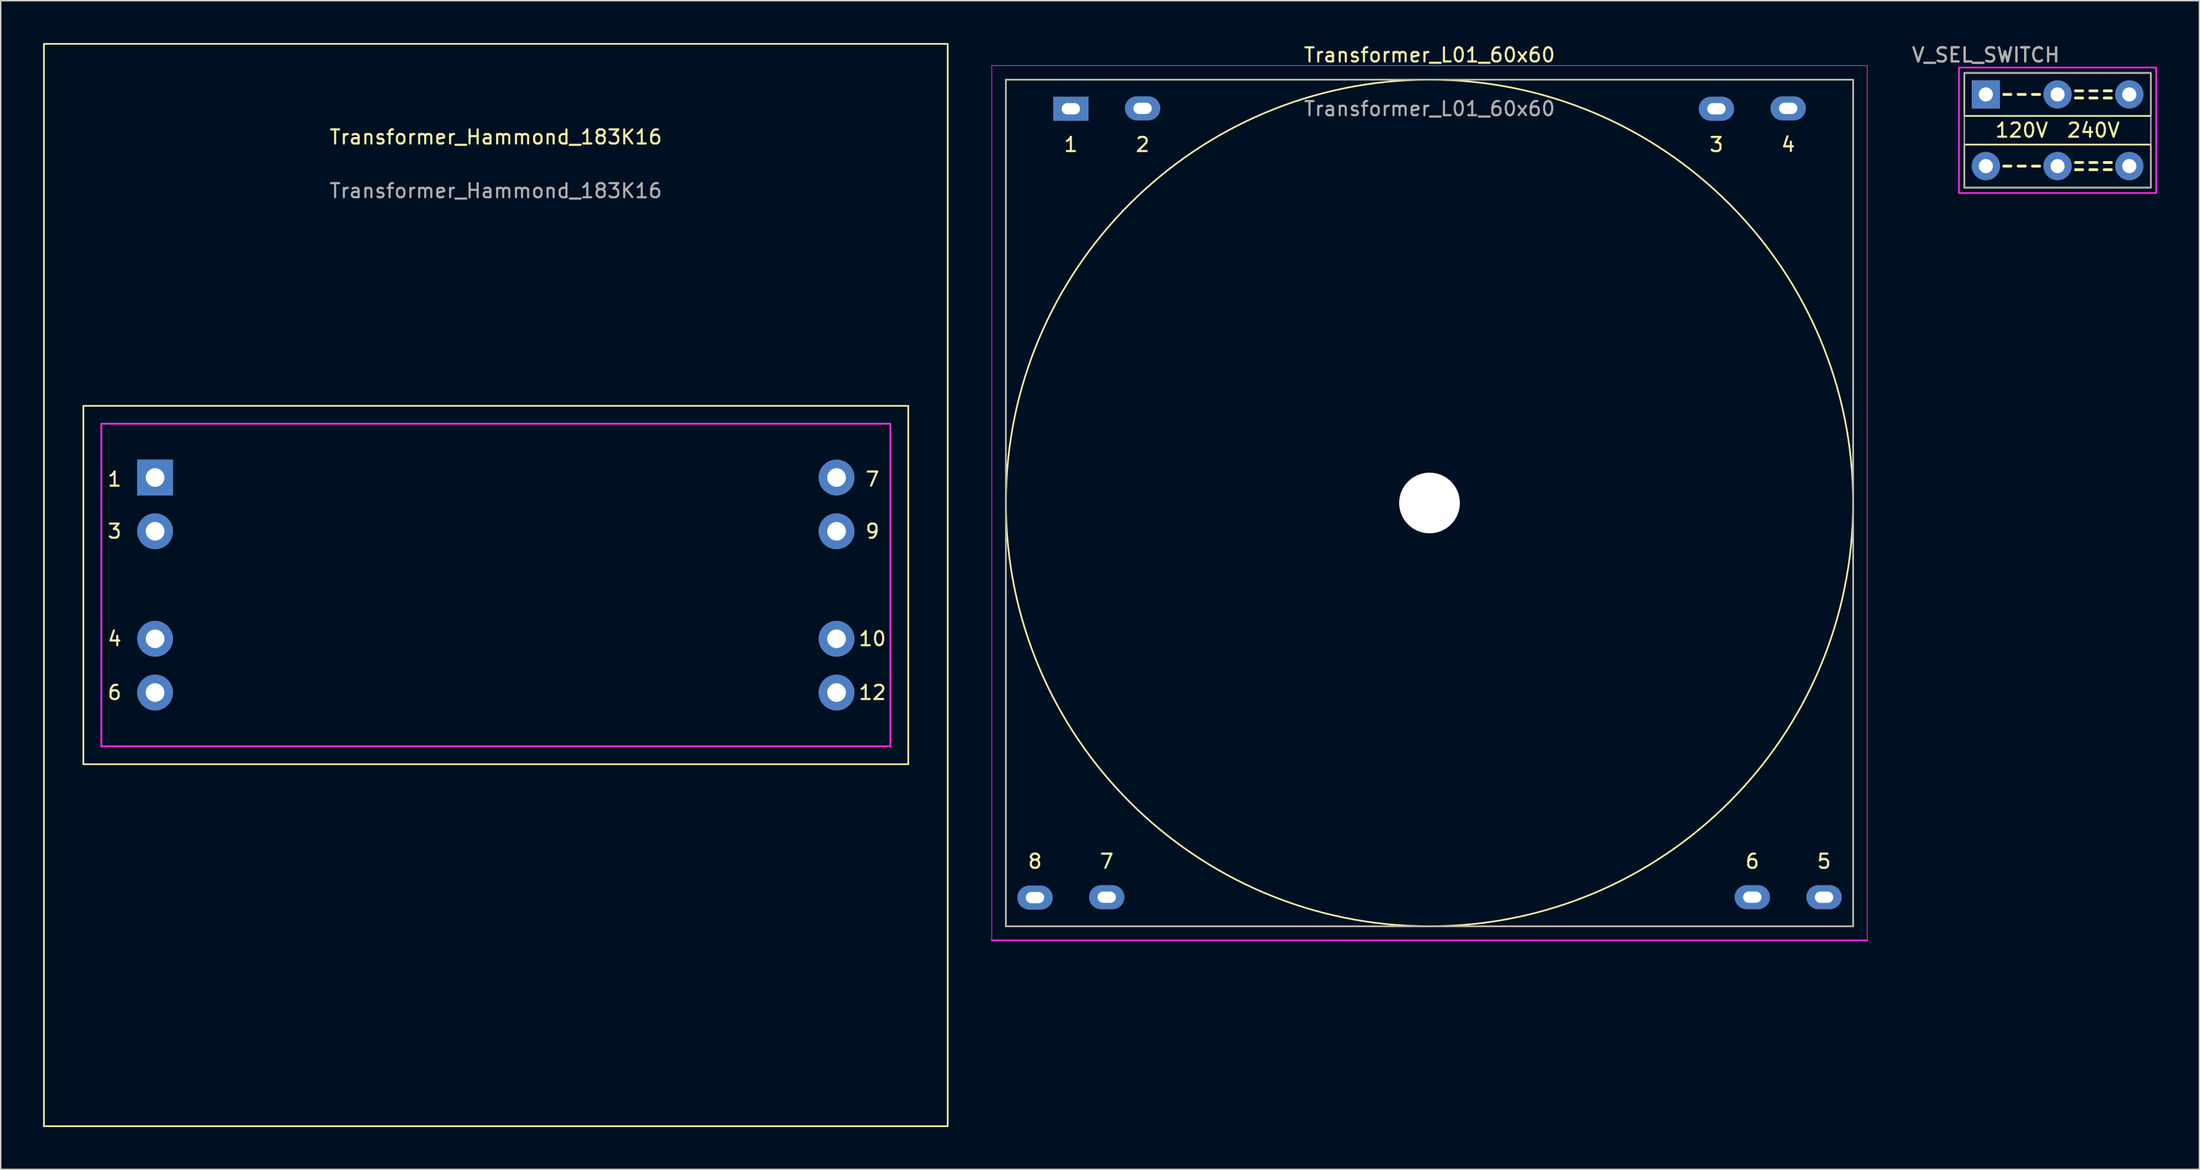
<source format=kicad_pcb>
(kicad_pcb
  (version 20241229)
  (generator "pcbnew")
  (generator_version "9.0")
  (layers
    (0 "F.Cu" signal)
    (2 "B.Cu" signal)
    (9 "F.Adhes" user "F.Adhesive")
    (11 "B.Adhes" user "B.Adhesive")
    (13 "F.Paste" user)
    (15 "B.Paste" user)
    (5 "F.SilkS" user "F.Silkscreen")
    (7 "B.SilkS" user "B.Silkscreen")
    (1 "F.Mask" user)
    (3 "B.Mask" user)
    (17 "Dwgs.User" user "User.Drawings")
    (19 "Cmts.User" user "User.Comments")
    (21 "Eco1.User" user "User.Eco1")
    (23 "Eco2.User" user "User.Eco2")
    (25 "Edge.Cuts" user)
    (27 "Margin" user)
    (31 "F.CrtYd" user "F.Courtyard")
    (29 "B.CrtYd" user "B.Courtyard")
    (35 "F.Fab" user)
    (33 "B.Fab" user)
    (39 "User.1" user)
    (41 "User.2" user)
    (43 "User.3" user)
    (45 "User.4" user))
  (footprint "Transformer_Hammond_183K16"
    (layer "F.Cu")
    (at 32.064 38.414)
    (property "Reference" "Transformer_Hammond_183K16" (at 0 -31.75 0) (layer "F.SilkS") (effects (font (size 1 1) (thickness 0.15))))
    (attr through_hole)
    (fp_rect (start -32.004 -38.354) (end 32.004 38.354) (stroke (width 0.12) (type solid)) (fill no) (layer "F.SilkS"))
    (fp_rect (start -29.21 -12.7) (end 29.21 12.7) (stroke (width 0.12) (type solid)) (fill no) (layer "F.SilkS"))
    (fp_rect (start -27.94 -11.43) (end 27.94 11.43) (stroke (width 0.12) (type solid)) (fill no) (layer "F.CrtYd"))
    (fp_line (start -27.94 -11.43) (end -27.94 11.43) (stroke (width 0.1) (type solid)) (layer "F.Fab"))
    (fp_line (start -27.94 -11.43) (end 27.94 -11.43) (stroke (width 0.1) (type solid)) (layer "F.Fab"))
    (fp_line (start -27.94 11.43) (end 27.94 11.43) (stroke (width 0.1) (type solid)) (layer "F.Fab"))
    (fp_line (start 27.94 -11.43) (end 27.94 11.43) (stroke (width 0.1) (type solid)) (layer "F.Fab"))
    (fp_text user "1" (at -27 -7.5 0) (layer "F.SilkS") (effects (font (size 1 1) (thickness 0.15))))
    (fp_text user "6" (at -27 7.62 0) (layer "F.SilkS") (effects (font (size 1 1) (thickness 0.15))))
    (fp_text user "12" (at 26.67 7.62 0) (layer "F.SilkS") (effects (font (size 1 1) (thickness 0.15))))
    (fp_text user "9" (at 26.67 -3.81 0) (layer "F.SilkS") (effects (font (size 1 1) (thickness 0.15))))
    (fp_text user "10" (at 26.67 3.81 0) (layer "F.SilkS") (effects (font (size 1 1) (thickness 0.15))))
    (fp_text user "3" (at -27 -3.81 0) (layer "F.SilkS") (effects (font (size 1 1) (thickness 0.15))))
    (fp_text user "7" (at 26.67 -7.5 0) (layer "F.SilkS") (effects (font (size 1 1) (thickness 0.15))))
    (fp_text user "4" (at -27 3.81 0) (layer "F.SilkS") (effects (font (size 1 1) (thickness 0.15))))
    (fp_text user "${REFERENCE}" (at 0 -27.94 0) (layer "F.Fab") (effects (font (size 1 1) (thickness 0.15))))
    (pad "1" thru_hole rect (at -24.13 -7.62) (size 2.54 2.54) (drill 1.321) (layers "*.Cu" "*.Mask"))
    (pad "3" thru_hole circle (at -24.13 -3.81) (size 2.54 2.54) (drill 1.321) (layers "*.Cu" "*.Mask"))
    (pad "4" thru_hole circle (at -24.13 3.81) (size 2.54 2.54) (drill 1.321) (layers "*.Cu" "*.Mask"))
    (pad "6" thru_hole circle (at -24.13 7.62) (size 2.54 2.54) (drill 1.321) (layers "*.Cu" "*.Mask"))
    (pad "7" thru_hole circle (at 24.13 -7.62) (size 2.54 2.54) (drill 1.321) (layers "*.Cu" "*.Mask"))
    (pad "9" thru_hole circle (at 24.13 -3.81) (size 2.54 2.54) (drill 1.321) (layers "*.Cu" "*.Mask"))
    (pad "10" thru_hole circle (at 24.13 3.81) (size 2.54 2.54) (drill 1.321) (layers "*.Cu" "*.Mask"))
    (pad "12" thru_hole circle (at 24.13 7.62) (size 2.54 2.54) (drill 1.321) (layers "*.Cu" "*.Mask")))
  (footprint "Transformer_L01_60x60"
    (layer "F.Cu")
    (at 98.188 32.598)
    (property "Reference" "Transformer_L01_60x60" (at 0 -31.75 0) (layer "F.SilkS") (effects (font (size 1 1) (thickness 0.15))))
    (attr through_hole)
    (fp_line (start -30 -30) (end -30 30) (stroke (width 0.12) (type solid)) (layer "F.SilkS"))
    (fp_line (start -30 -30) (end 30 -30) (stroke (width 0.12) (type solid)) (layer "F.SilkS"))
    (fp_line (start -30 30) (end 30 30) (stroke (width 0.12) (type solid)) (layer "F.SilkS"))
    (fp_line (start 30 -30) (end 30 30) (stroke (width 0.12) (type solid)) (layer "F.SilkS"))
    (fp_circle (center 0 0) (end 30 0) (stroke (width 0.12) (type solid)) (fill no) (layer "F.SilkS"))
    (fp_line (start -31 -31) (end -31 31) (stroke (width 0.05) (type solid)) (layer "F.CrtYd"))
    (fp_line (start -31 -31) (end 31 -31) (stroke (width 0.05) (type solid)) (layer "F.CrtYd"))
    (fp_line (start -31 31) (end 31 31) (stroke (width 0.05) (type solid)) (layer "F.CrtYd"))
    (fp_line (start -31 31) (end 31 31) (stroke (width 0.12) (type solid)) (layer "F.CrtYd"))
    (fp_line (start 31 -31) (end 31 31) (stroke (width 0.05) (type solid)) (layer "F.CrtYd"))
    (fp_line (start -30 -30) (end -30 30) (stroke (width 0.1) (type solid)) (layer "F.Fab"))
    (fp_line (start -30 -30) (end 30 -30) (stroke (width 0.1) (type solid)) (layer "F.Fab"))
    (fp_line (start -30 30) (end 30 30) (stroke (width 0.1) (type solid)) (layer "F.Fab"))
    (fp_line (start 30 -30) (end 30 30) (stroke (width 0.1) (type solid)) (layer "F.Fab"))
    (fp_text user "2" (at -20.32 -25.4 0) (layer "F.SilkS") (effects (font (size 1 1) (thickness 0.15))))
    (fp_text user "7" (at -22.86 25.4 0) (layer "F.SilkS") (effects (font (size 1 1) (thickness 0.15))))
    (fp_text user "4" (at 25.4 -25.4 0) (layer "F.SilkS") (effects (font (size 1 1) (thickness 0.15))))
    (fp_text user "5" (at 27.94 25.4 0) (layer "F.SilkS") (effects (font (size 1 1) (thickness 0.15))))
    (fp_text user "3" (at 20.32 -25.4 0) (layer "F.SilkS") (effects (font (size 1 1) (thickness 0.15))))
    (fp_text user "6" (at 22.86 25.4 0) (layer "F.SilkS") (effects (font (size 1 1) (thickness 0.15))))
    (fp_text user "1" (at -25.4 -25.4 0) (layer "F.SilkS") (effects (font (size 1 1) (thickness 0.15))))
    (fp_text user "8" (at -27.94 25.4 0) (layer "F.SilkS") (effects (font (size 1 1) (thickness 0.15))))
    (fp_text user "${REFERENCE}" (at 0 -27.94 0) (layer "F.Fab") (effects (font (size 1 1) (thickness 0.15))))
    (pad "" np_thru_hole circle (at 0 0) (size 4.3 4.3) (drill 4.3) (layers "*.Cu" "*.Mask"))
    (pad "1" thru_hole rect (at -25.4 -27.94) (size 2.5 1.7) (drill oval 1.3 0.8) (layers "*.Cu" "*.Mask"))
    (pad "2" thru_hole oval (at -20.32 -27.97) (size 2.5 1.7) (drill oval 1.3 0.8) (layers "*.Cu" "*.Mask"))
    (pad "3" thru_hole oval (at 20.32 -27.94) (size 2.5 1.7) (drill oval 1.3 0.8) (layers "*.Cu" "*.Mask"))
    (pad "4" thru_hole oval (at 25.4 -27.97) (size 2.5 1.7) (drill oval 1.3 0.8) (layers "*.Cu" "*.Mask"))
    (pad "5" thru_hole oval (at 27.94 27.94) (size 2.5 1.7) (drill oval 1.3 0.8) (layers "*.Cu" "*.Mask"))
    (pad "6" thru_hole oval (at 22.86 27.94) (size 2.5 1.7) (drill oval 1.3 0.8) (layers "*.Cu" "*.Mask"))
    (pad "7" thru_hole oval (at -22.86 27.94) (size 2.5 1.7) (drill oval 1.3 0.8) (layers "*.Cu" "*.Mask"))
    (pad "8" thru_hole oval (at -27.94 27.97) (size 2.5 1.7) (drill oval 1.3 0.8) (layers "*.Cu" "*.Mask")))
  (footprint "V_SEL_SWITCH"
    (layer "F.Cu")
    (at 137.587 3.642)
    (property "Reference" "V_SEL_SWITCH" (at 0 -2.794 0) (layer "F.SilkS") (effects (font (size 1 1) (thickness 0.15))))
    (attr through_hole)
    (fp_line (start 1.27 0) (end 1.778 0) (stroke (width 0.2) (type solid)) (layer "F.SilkS"))
    (fp_line (start 1.27 5.08) (end 1.778 5.08) (stroke (width 0.2) (type solid)) (layer "F.SilkS"))
    (fp_line (start 2.286 0) (end 2.794 0) (stroke (width 0.2) (type solid)) (layer "F.SilkS"))
    (fp_line (start 2.286 5.08) (end 2.794 5.08) (stroke (width 0.2) (type solid)) (layer "F.SilkS"))
    (fp_line (start 3.302 0) (end 3.81 0) (stroke (width 0.2) (type solid)) (layer "F.SilkS"))
    (fp_line (start 3.302 5.08) (end 3.81 5.08) (stroke (width 0.2) (type solid)) (layer "F.SilkS"))
    (fp_line (start 6.35 -0.254) (end 6.858 -0.254) (stroke (width 0.2) (type solid)) (layer "F.SilkS"))
    (fp_line (start 6.35 0.254) (end 6.858 0.254) (stroke (width 0.2) (type solid)) (layer "F.SilkS"))
    (fp_line (start 6.35 4.826) (end 6.858 4.826) (stroke (width 0.2) (type solid)) (layer "F.SilkS"))
    (fp_line (start 6.35 5.334) (end 6.858 5.334) (stroke (width 0.2) (type solid)) (layer "F.SilkS"))
    (fp_line (start 7.366 -0.254) (end 7.874 -0.254) (stroke (width 0.2) (type solid)) (layer "F.SilkS"))
    (fp_line (start 7.366 0.254) (end 7.874 0.254) (stroke (width 0.2) (type solid)) (layer "F.SilkS"))
    (fp_line (start 7.366 4.826) (end 7.874 4.826) (stroke (width 0.2) (type solid)) (layer "F.SilkS"))
    (fp_line (start 7.366 5.334) (end 7.874 5.334) (stroke (width 0.2) (type solid)) (layer "F.SilkS"))
    (fp_line (start 8.382 -0.254) (end 8.89 -0.254) (stroke (width 0.2) (type solid)) (layer "F.SilkS"))
    (fp_line (start 8.382 0.254) (end 8.89 0.254) (stroke (width 0.2) (type solid)) (layer "F.SilkS"))
    (fp_line (start 8.382 4.826) (end 8.89 4.826) (stroke (width 0.2) (type solid)) (layer "F.SilkS"))
    (fp_line (start 8.382 5.334) (end 8.89 5.334) (stroke (width 0.2) (type solid)) (layer "F.SilkS"))
    (fp_rect (start -1.524 -1.524) (end 11.684 1.524) (stroke (width 0.12) (type solid)) (fill no) (layer "F.SilkS"))
    (fp_rect (start -1.524 3.556) (end 11.684 6.604) (stroke (width 0.12) (type solid)) (fill no) (layer "F.SilkS"))
    (fp_rect (start -1.905 -1.905) (end 12.065 6.985) (stroke (width 0.12) (type solid)) (fill no) (layer "F.CrtYd"))
    (fp_rect (start -1.524 -1.524) (end 11.684 6.604) (stroke (width 0.1) (type solid)) (fill no) (layer "F.Fab"))
    (fp_text user "240V" (at 7.62 2.54 0) (unlocked yes) (layer "F.SilkS") (effects (font (size 1 1) (thickness 0.15))))
    (fp_text user "120V" (at 2.54 2.54 0) (unlocked yes) (layer "F.SilkS") (effects (font (size 1 1) (thickness 0.15))))
    (fp_text user "${REFERENCE}" (at 0 -2.794 0) (layer "F.Fab") (effects (font (size 1 1) (thickness 0.15))))
    (pad "1" thru_hole rect (at 0 0) (size 2 2) (drill 1) (layers "*.Cu" "*.Mask"))
    (pad "2" thru_hole circle (at 5.08 0) (size 2 2) (drill 1) (layers "*.Cu" "*.Mask"))
    (pad "3" thru_hole circle (at 10.16 0) (size 2 2) (drill 1) (layers "*.Cu" "*.Mask"))
    (pad "4" thru_hole circle (at 0 5.08) (size 2 2) (drill 1) (layers "*.Cu" "*.Mask"))
    (pad "5" thru_hole circle (at 5.08 5.08) (size 2 2) (drill 1) (layers "*.Cu" "*.Mask"))
    (pad "6" thru_hole circle (at 10.16 5.08) (size 2 2) (drill 1) (layers "*.Cu" "*.Mask")))
  (gr_rect
    (start -3 -3)
    (end 152.712 79.828)
    (stroke (width 0.1) (type default))
    (fill no)
    (layer "Edge.Cuts")))
</source>
